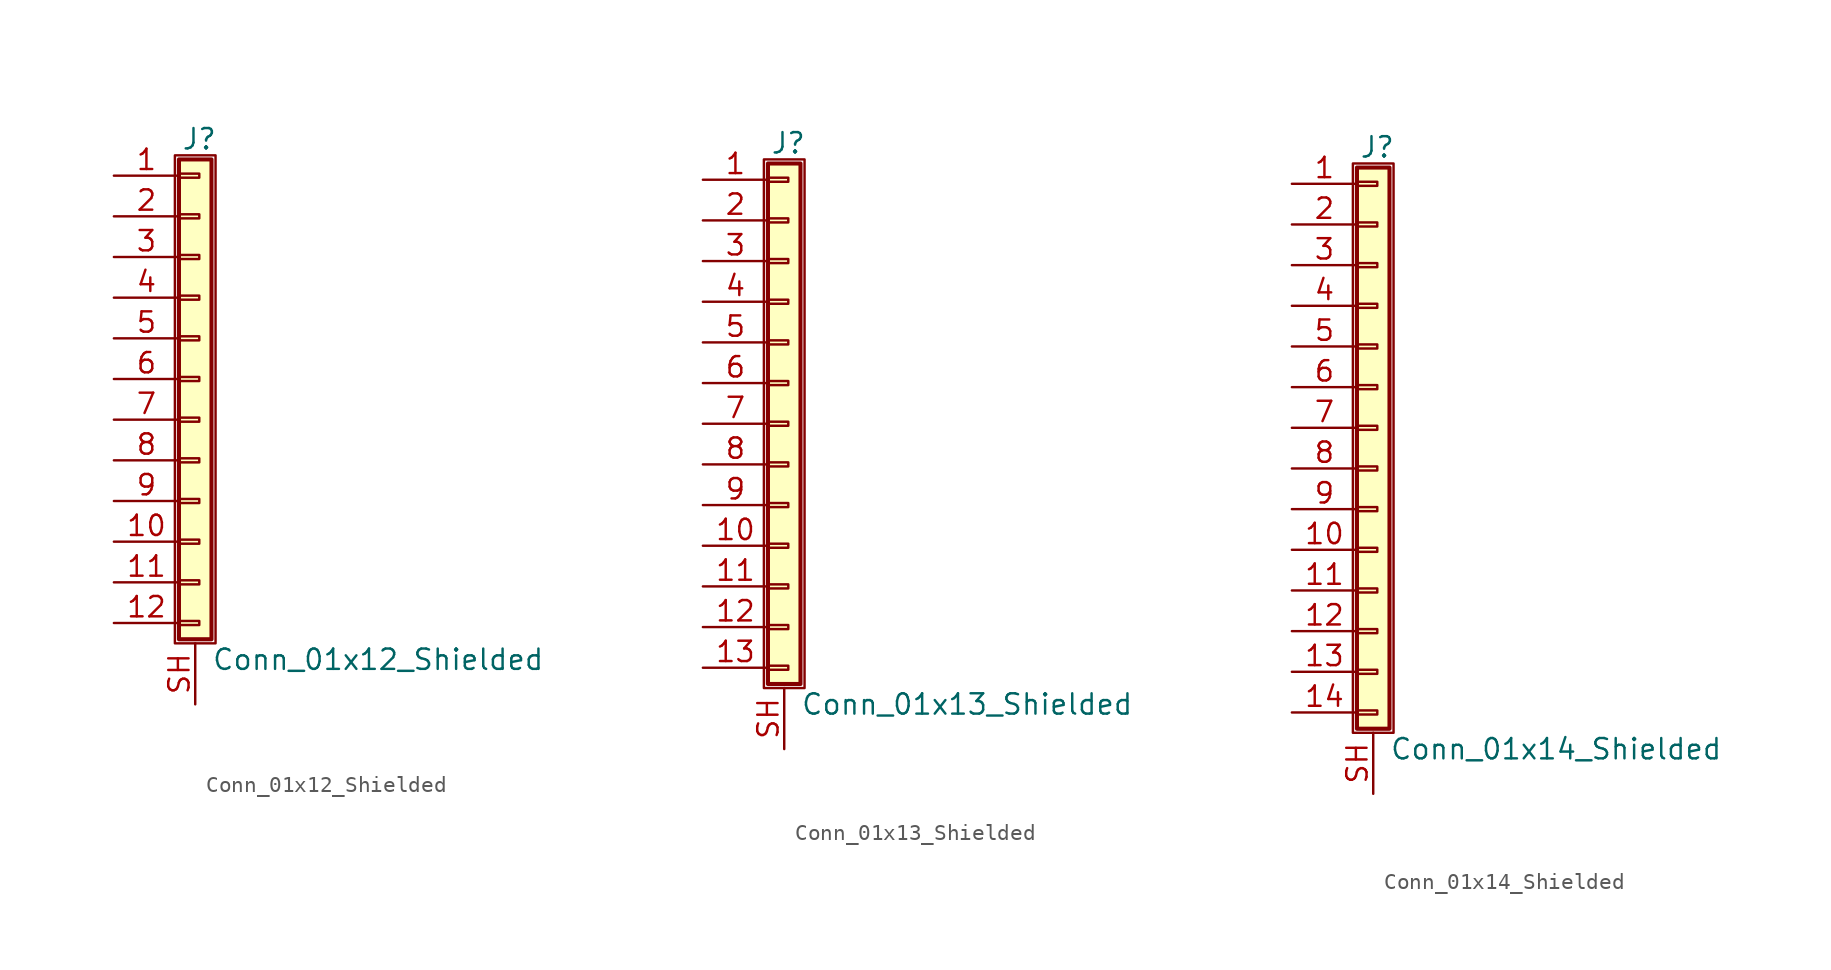
<source format=kicad_sym>
(kicad_symbol_lib
  (version 20201005)
  (generator kicad_symbol_editor)
  (symbol "Connector_Generic_Shielded:Conn_01x12_Shielded"
    (pin_names
      (offset 1.016) hide)
    (property "Reference" "J"
      (at 0.254 14.986 0)
      (effects (font (size 1.27 1.27))))
    (property "Value" "Conn_01x12_Shielded"
      (at 1.016 -17.526 0)
      (effects (font (size 1.27 1.27)) (justify left)))
    (symbol "Conn_01x12_Shielded_1_1"
      (rectangle (start -1.016 -4.953) (end 0.254 -5.207) (stroke (width 0.152)) (fill (type none)))
      (rectangle (start -1.016 -7.493) (end 0.254 -7.747) (stroke (width 0.152)) (fill (type none)))
      (rectangle (start -1.016 -10.033) (end 0.254 -10.287) (stroke (width 0.152)) (fill (type none)))
      (rectangle (start -1.016 -12.573) (end 0.254 -12.827) (stroke (width 0.152)) (fill (type none)))
      (rectangle (start -1.016 -15.113) (end 0.254 -15.367) (stroke (width 0.152)) (fill (type none)))
      (rectangle (start -1.016 -2.413) (end 0.254 -2.667) (stroke (width 0.152)) (fill (type none)))
      (rectangle (start -1.016 2.667) (end 0.254 2.413) (stroke (width 0.152)) (fill (type none)))
      (rectangle (start -1.016 5.207) (end 0.254 4.953) (stroke (width 0.152)) (fill (type none)))
      (rectangle (start -1.016 7.747) (end 0.254 7.493) (stroke (width 0.152)) (fill (type none)))
      (rectangle (start -1.016 10.287) (end 0.254 10.033) (stroke (width 0.152)) (fill (type none)))
      (rectangle (start -1.016 0.127) (end 0.254 -0.127) (stroke (width 0.152)) (fill (type none)))
      (rectangle (start -1.016 12.827) (end 0.254 12.573) (stroke (width 0.152)) (fill (type none)))
      (rectangle (start -1.016 13.716) (end 1.016 -16.256) (stroke (width 0.254)) (fill (type background)))
      (rectangle (start -1.27 13.97) (end 1.27 -16.51) (stroke (width 0.152)) (fill (type none)))
      (pin passive line (at -5.08 12.7 0) (length 4.064) (name "Pin_1" (effects (font (size 1.27 1.27)))) (number "1" (effects (font (size 1.27 1.27)))))
      (pin passive line (at -5.08 -10.16 0) (length 4.064) (name "Pin_10" (effects (font (size 1.27 1.27)))) (number "10" (effects (font (size 1.27 1.27)))))
      (pin passive line (at -5.08 -12.7 0) (length 4.064) (name "Pin_11" (effects (font (size 1.27 1.27)))) (number "11" (effects (font (size 1.27 1.27)))))
      (pin passive line (at -5.08 -15.24 0) (length 4.064) (name "Pin_12" (effects (font (size 1.27 1.27)))) (number "12" (effects (font (size 1.27 1.27)))))
      (pin passive line (at -5.08 10.16 0) (length 4.064) (name "Pin_2" (effects (font (size 1.27 1.27)))) (number "2" (effects (font (size 1.27 1.27)))))
      (pin passive line (at -5.08 7.62 0) (length 4.064) (name "Pin_3" (effects (font (size 1.27 1.27)))) (number "3" (effects (font (size 1.27 1.27)))))
      (pin passive line (at -5.08 5.08 0) (length 4.064) (name "Pin_4" (effects (font (size 1.27 1.27)))) (number "4" (effects (font (size 1.27 1.27)))))
      (pin passive line (at -5.08 2.54 0) (length 4.064) (name "Pin_5" (effects (font (size 1.27 1.27)))) (number "5" (effects (font (size 1.27 1.27)))))
      (pin passive line (at -5.08 0 0) (length 4.064) (name "Pin_6" (effects (font (size 1.27 1.27)))) (number "6" (effects (font (size 1.27 1.27)))))
      (pin passive line (at -5.08 -2.54 0) (length 4.064) (name "Pin_7" (effects (font (size 1.27 1.27)))) (number "7" (effects (font (size 1.27 1.27)))))
      (pin passive line (at -5.08 -5.08 0) (length 4.064) (name "Pin_8" (effects (font (size 1.27 1.27)))) (number "8" (effects (font (size 1.27 1.27)))))
      (pin passive line (at -5.08 -7.62 0) (length 4.064) (name "Pin_9" (effects (font (size 1.27 1.27)))) (number "9" (effects (font (size 1.27 1.27)))))
      (pin passive line (at 0 -20.32 90) (length 3.81) (name "Shield" (effects (font (size 1.27 1.27)))) (number "SH" (effects (font (size 1.27 1.27)))))))
  (symbol "Connector_Generic_Shielded:Conn_01x13_Shielded"
    (pin_names
      (offset 1.016) hide)
    (property "Reference" "J"
      (at 0.254 17.526 0)
      (effects (font (size 1.27 1.27))))
    (property "Value" "Conn_01x13_Shielded"
      (at 1.016 -17.526 0)
      (effects (font (size 1.27 1.27)) (justify left)))
    (symbol "Conn_01x13_Shielded_1_1"
      (rectangle (start -1.016 -4.953) (end 0.254 -5.207) (stroke (width 0.152)) (fill (type none)))
      (rectangle (start -1.016 -7.493) (end 0.254 -7.747) (stroke (width 0.152)) (fill (type none)))
      (rectangle (start -1.016 -10.033) (end 0.254 -10.287) (stroke (width 0.152)) (fill (type none)))
      (rectangle (start -1.016 -12.573) (end 0.254 -12.827) (stroke (width 0.152)) (fill (type none)))
      (rectangle (start -1.016 -15.113) (end 0.254 -15.367) (stroke (width 0.152)) (fill (type none)))
      (rectangle (start -1.016 -2.413) (end 0.254 -2.667) (stroke (width 0.152)) (fill (type none)))
      (rectangle (start -1.016 2.667) (end 0.254 2.413) (stroke (width 0.152)) (fill (type none)))
      (rectangle (start -1.016 5.207) (end 0.254 4.953) (stroke (width 0.152)) (fill (type none)))
      (rectangle (start -1.016 7.747) (end 0.254 7.493) (stroke (width 0.152)) (fill (type none)))
      (rectangle (start -1.016 10.287) (end 0.254 10.033) (stroke (width 0.152)) (fill (type none)))
      (rectangle (start -1.016 0.127) (end 0.254 -0.127) (stroke (width 0.152)) (fill (type none)))
      (rectangle (start -1.016 12.827) (end 0.254 12.573) (stroke (width 0.152)) (fill (type none)))
      (rectangle (start -1.016 15.367) (end 0.254 15.113) (stroke (width 0.152)) (fill (type none)))
      (rectangle (start -1.016 16.256) (end 1.016 -16.256) (stroke (width 0.254)) (fill (type background)))
      (rectangle (start -1.27 16.51) (end 1.27 -16.51) (stroke (width 0.152)) (fill (type none)))
      (pin passive line (at -5.08 15.24 0) (length 4.064) (name "Pin_1" (effects (font (size 1.27 1.27)))) (number "1" (effects (font (size 1.27 1.27)))))
      (pin passive line (at -5.08 -7.62 0) (length 4.064) (name "Pin_10" (effects (font (size 1.27 1.27)))) (number "10" (effects (font (size 1.27 1.27)))))
      (pin passive line (at -5.08 -10.16 0) (length 4.064) (name "Pin_11" (effects (font (size 1.27 1.27)))) (number "11" (effects (font (size 1.27 1.27)))))
      (pin passive line (at -5.08 -12.7 0) (length 4.064) (name "Pin_12" (effects (font (size 1.27 1.27)))) (number "12" (effects (font (size 1.27 1.27)))))
      (pin passive line (at -5.08 -15.24 0) (length 4.064) (name "Pin_13" (effects (font (size 1.27 1.27)))) (number "13" (effects (font (size 1.27 1.27)))))
      (pin passive line (at -5.08 12.7 0) (length 4.064) (name "Pin_2" (effects (font (size 1.27 1.27)))) (number "2" (effects (font (size 1.27 1.27)))))
      (pin passive line (at -5.08 10.16 0) (length 4.064) (name "Pin_3" (effects (font (size 1.27 1.27)))) (number "3" (effects (font (size 1.27 1.27)))))
      (pin passive line (at -5.08 7.62 0) (length 4.064) (name "Pin_4" (effects (font (size 1.27 1.27)))) (number "4" (effects (font (size 1.27 1.27)))))
      (pin passive line (at -5.08 5.08 0) (length 4.064) (name "Pin_5" (effects (font (size 1.27 1.27)))) (number "5" (effects (font (size 1.27 1.27)))))
      (pin passive line (at -5.08 2.54 0) (length 4.064) (name "Pin_6" (effects (font (size 1.27 1.27)))) (number "6" (effects (font (size 1.27 1.27)))))
      (pin passive line (at -5.08 0 0) (length 4.064) (name "Pin_7" (effects (font (size 1.27 1.27)))) (number "7" (effects (font (size 1.27 1.27)))))
      (pin passive line (at -5.08 -2.54 0) (length 4.064) (name "Pin_8" (effects (font (size 1.27 1.27)))) (number "8" (effects (font (size 1.27 1.27)))))
      (pin passive line (at -5.08 -5.08 0) (length 4.064) (name "Pin_9" (effects (font (size 1.27 1.27)))) (number "9" (effects (font (size 1.27 1.27)))))
      (pin passive line (at 0 -20.32 90) (length 3.81) (name "Shield" (effects (font (size 1.27 1.27)))) (number "SH" (effects (font (size 1.27 1.27)))))))
  (symbol "Connector_Generic_Shielded:Conn_01x14_Shielded"
    (pin_names
      (offset 1.016) hide)
    (property "Reference" "J"
      (at 0.254 17.526 0)
      (effects (font (size 1.27 1.27))))
    (property "Value" "Conn_01x14_Shielded"
      (at 1.016 -20.066 0)
      (effects (font (size 1.27 1.27)) (justify left)))
    (symbol "Conn_01x14_Shielded_1_1"
      (rectangle (start -1.016 -4.953) (end 0.254 -5.207) (stroke (width 0.152)) (fill (type none)))
      (rectangle (start -1.016 -7.493) (end 0.254 -7.747) (stroke (width 0.152)) (fill (type none)))
      (rectangle (start -1.016 -10.033) (end 0.254 -10.287) (stroke (width 0.152)) (fill (type none)))
      (rectangle (start -1.016 -12.573) (end 0.254 -12.827) (stroke (width 0.152)) (fill (type none)))
      (rectangle (start -1.016 -15.113) (end 0.254 -15.367) (stroke (width 0.152)) (fill (type none)))
      (rectangle (start -1.016 -17.653) (end 0.254 -17.907) (stroke (width 0.152)) (fill (type none)))
      (rectangle (start -1.016 -2.413) (end 0.254 -2.667) (stroke (width 0.152)) (fill (type none)))
      (rectangle (start -1.016 2.667) (end 0.254 2.413) (stroke (width 0.152)) (fill (type none)))
      (rectangle (start -1.016 5.207) (end 0.254 4.953) (stroke (width 0.152)) (fill (type none)))
      (rectangle (start -1.016 7.747) (end 0.254 7.493) (stroke (width 0.152)) (fill (type none)))
      (rectangle (start -1.016 10.287) (end 0.254 10.033) (stroke (width 0.152)) (fill (type none)))
      (rectangle (start -1.016 0.127) (end 0.254 -0.127) (stroke (width 0.152)) (fill (type none)))
      (rectangle (start -1.016 12.827) (end 0.254 12.573) (stroke (width 0.152)) (fill (type none)))
      (rectangle (start -1.016 15.367) (end 0.254 15.113) (stroke (width 0.152)) (fill (type none)))
      (rectangle (start -1.016 16.256) (end 1.016 -18.796) (stroke (width 0.254)) (fill (type background)))
      (rectangle (start -1.27 16.51) (end 1.27 -19.05) (stroke (width 0.152)) (fill (type none)))
      (pin passive line (at -5.08 15.24 0) (length 4.064) (name "Pin_1" (effects (font (size 1.27 1.27)))) (number "1" (effects (font (size 1.27 1.27)))))
      (pin passive line (at -5.08 -7.62 0) (length 4.064) (name "Pin_10" (effects (font (size 1.27 1.27)))) (number "10" (effects (font (size 1.27 1.27)))))
      (pin passive line (at -5.08 -10.16 0) (length 4.064) (name "Pin_11" (effects (font (size 1.27 1.27)))) (number "11" (effects (font (size 1.27 1.27)))))
      (pin passive line (at -5.08 -12.7 0) (length 4.064) (name "Pin_12" (effects (font (size 1.27 1.27)))) (number "12" (effects (font (size 1.27 1.27)))))
      (pin passive line (at -5.08 -15.24 0) (length 4.064) (name "Pin_13" (effects (font (size 1.27 1.27)))) (number "13" (effects (font (size 1.27 1.27)))))
      (pin passive line (at -5.08 -17.78 0) (length 4.064) (name "Pin_14" (effects (font (size 1.27 1.27)))) (number "14" (effects (font (size 1.27 1.27)))))
      (pin passive line (at -5.08 12.7 0) (length 4.064) (name "Pin_2" (effects (font (size 1.27 1.27)))) (number "2" (effects (font (size 1.27 1.27)))))
      (pin passive line (at -5.08 10.16 0) (length 4.064) (name "Pin_3" (effects (font (size 1.27 1.27)))) (number "3" (effects (font (size 1.27 1.27)))))
      (pin passive line (at -5.08 7.62 0) (length 4.064) (name "Pin_4" (effects (font (size 1.27 1.27)))) (number "4" (effects (font (size 1.27 1.27)))))
      (pin passive line (at -5.08 5.08 0) (length 4.064) (name "Pin_5" (effects (font (size 1.27 1.27)))) (number "5" (effects (font (size 1.27 1.27)))))
      (pin passive line (at -5.08 2.54 0) (length 4.064) (name "Pin_6" (effects (font (size 1.27 1.27)))) (number "6" (effects (font (size 1.27 1.27)))))
      (pin passive line (at -5.08 0 0) (length 4.064) (name "Pin_7" (effects (font (size 1.27 1.27)))) (number "7" (effects (font (size 1.27 1.27)))))
      (pin passive line (at -5.08 -2.54 0) (length 4.064) (name "Pin_8" (effects (font (size 1.27 1.27)))) (number "8" (effects (font (size 1.27 1.27)))))
      (pin passive line (at -5.08 -5.08 0) (length 4.064) (name "Pin_9" (effects (font (size 1.27 1.27)))) (number "9" (effects (font (size 1.27 1.27)))))
      (pin passive line (at 0 -22.86 90) (length 3.81) (name "Shield" (effects (font (size 1.27 1.27)))) (number "SH" (effects (font (size 1.27 1.27))))))))
</source>
